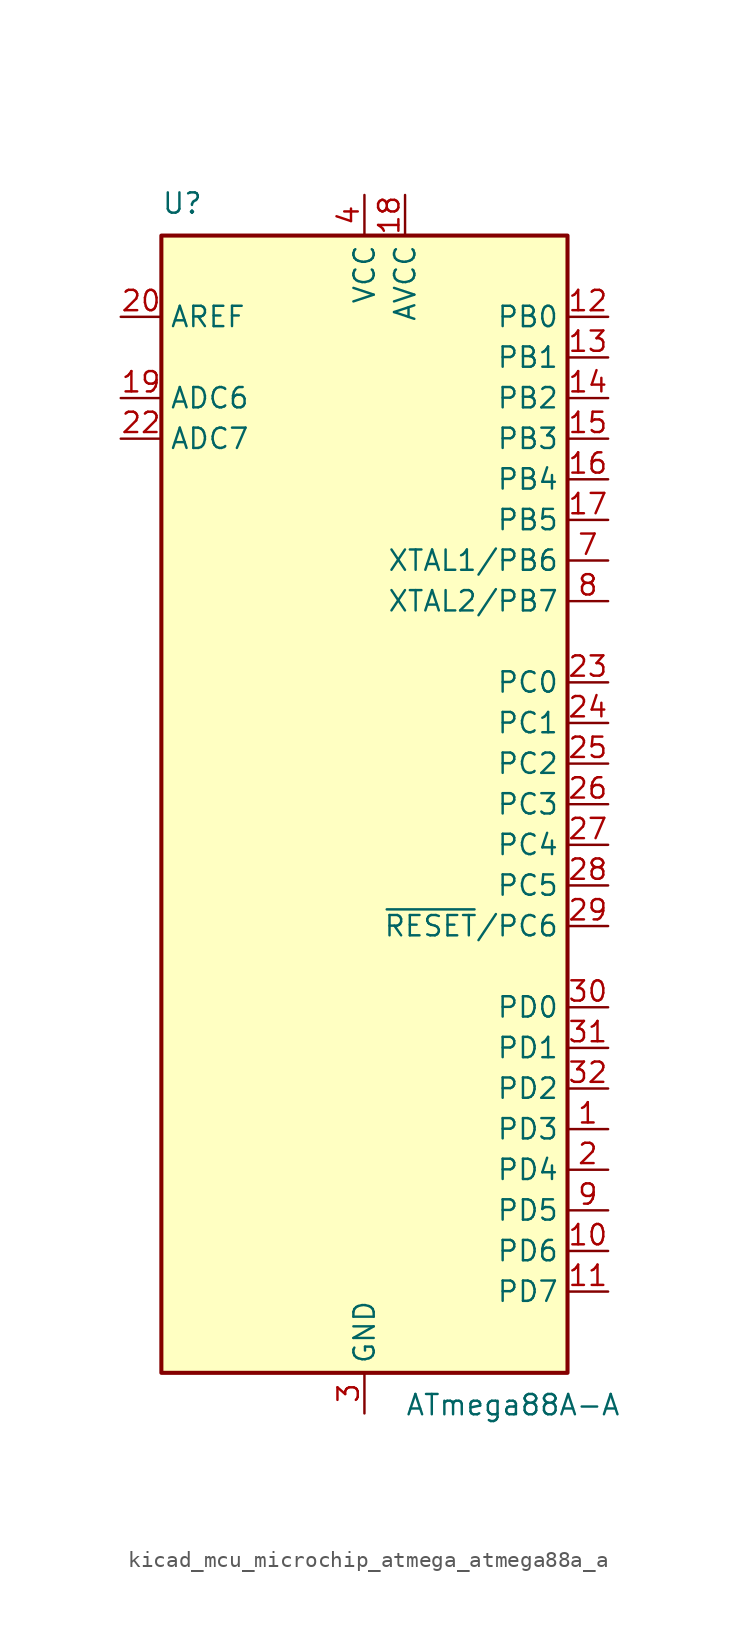
<source format=kicad_sym>
(kicad_symbol_lib
  (version 20220914)
  (generator kicad_symbol_editor)
  (symbol "kicad_mcu_microchip_atmega_atmega88a_a"
    (property "Reference" "U"
      (at -12.7 36.83 0)
      (effects (font (size 1.27 1.27)) (justify left bottom)))
    (property "Value" "ATmega88A-A"
      (at 2.54 -36.83 0)
      (effects (font (size 1.27 1.27)) (justify left top)))
    (symbol "kicad_mcu_microchip_atmega_atmega88a_a_0_1"
      (rectangle (start -12.7 -35.56) (end 12.7 35.56) (stroke (width 0.254) (type default)) (fill (type background))))
    (symbol "kicad_mcu_microchip_atmega_atmega88a_a_1_1"
      (pin bidirectional line (at 15.24 -20.32 180) (length 2.54) (name "PD3" (effects (font (size 1.27 1.27)))) (number "1" (effects (font (size 1.27 1.27)))))
      (pin bidirectional line (at 15.24 -27.94 180) (length 2.54) (name "PD6" (effects (font (size 1.27 1.27)))) (number "10" (effects (font (size 1.27 1.27)))))
      (pin bidirectional line (at 15.24 -30.48 180) (length 2.54) (name "PD7" (effects (font (size 1.27 1.27)))) (number "11" (effects (font (size 1.27 1.27)))))
      (pin bidirectional line (at 15.24 30.48 180) (length 2.54) (name "PB0" (effects (font (size 1.27 1.27)))) (number "12" (effects (font (size 1.27 1.27)))))
      (pin bidirectional line (at 15.24 27.94 180) (length 2.54) (name "PB1" (effects (font (size 1.27 1.27)))) (number "13" (effects (font (size 1.27 1.27)))))
      (pin bidirectional line (at 15.24 25.4 180) (length 2.54) (name "PB2" (effects (font (size 1.27 1.27)))) (number "14" (effects (font (size 1.27 1.27)))))
      (pin bidirectional line (at 15.24 22.86 180) (length 2.54) (name "PB3" (effects (font (size 1.27 1.27)))) (number "15" (effects (font (size 1.27 1.27)))))
      (pin bidirectional line (at 15.24 20.32 180) (length 2.54) (name "PB4" (effects (font (size 1.27 1.27)))) (number "16" (effects (font (size 1.27 1.27)))))
      (pin bidirectional line (at 15.24 17.78 180) (length 2.54) (name "PB5" (effects (font (size 1.27 1.27)))) (number "17" (effects (font (size 1.27 1.27)))))
      (pin power_in line (at 2.54 38.1 270) (length 2.54) (name "AVCC" (effects (font (size 1.27 1.27)))) (number "18" (effects (font (size 1.27 1.27)))))
      (pin input line (at -15.24 25.4 0) (length 2.54) (name "ADC6" (effects (font (size 1.27 1.27)))) (number "19" (effects (font (size 1.27 1.27)))))
      (pin bidirectional line (at 15.24 -22.86 180) (length 2.54) (name "PD4" (effects (font (size 1.27 1.27)))) (number "2" (effects (font (size 1.27 1.27)))))
      (pin passive line (at -15.24 30.48 0) (length 2.54) (name "AREF" (effects (font (size 1.27 1.27)))) (number "20" (effects (font (size 1.27 1.27)))))
      (pin passive line (at 0 -38.1 90) (length 2.54) hide (name "GND" (effects (font (size 1.27 1.27)))) (number "21" (effects (font (size 1.27 1.27)))))
      (pin input line (at -15.24 22.86 0) (length 2.54) (name "ADC7" (effects (font (size 1.27 1.27)))) (number "22" (effects (font (size 1.27 1.27)))))
      (pin bidirectional line (at 15.24 7.62 180) (length 2.54) (name "PC0" (effects (font (size 1.27 1.27)))) (number "23" (effects (font (size 1.27 1.27)))))
      (pin bidirectional line (at 15.24 5.08 180) (length 2.54) (name "PC1" (effects (font (size 1.27 1.27)))) (number "24" (effects (font (size 1.27 1.27)))))
      (pin bidirectional line (at 15.24 2.54 180) (length 2.54) (name "PC2" (effects (font (size 1.27 1.27)))) (number "25" (effects (font (size 1.27 1.27)))))
      (pin bidirectional line (at 15.24 0 180) (length 2.54) (name "PC3" (effects (font (size 1.27 1.27)))) (number "26" (effects (font (size 1.27 1.27)))))
      (pin bidirectional line (at 15.24 -2.54 180) (length 2.54) (name "PC4" (effects (font (size 1.27 1.27)))) (number "27" (effects (font (size 1.27 1.27)))))
      (pin bidirectional line (at 15.24 -5.08 180) (length 2.54) (name "PC5" (effects (font (size 1.27 1.27)))) (number "28" (effects (font (size 1.27 1.27)))))
      (pin bidirectional line (at 15.24 -7.62 180) (length 2.54) (name "~{RESET}/PC6" (effects (font (size 1.27 1.27)))) (number "29" (effects (font (size 1.27 1.27)))))
      (pin power_in line (at 0 -38.1 90) (length 2.54) (name "GND" (effects (font (size 1.27 1.27)))) (number "3" (effects (font (size 1.27 1.27)))))
      (pin bidirectional line (at 15.24 -12.7 180) (length 2.54) (name "PD0" (effects (font (size 1.27 1.27)))) (number "30" (effects (font (size 1.27 1.27)))))
      (pin bidirectional line (at 15.24 -15.24 180) (length 2.54) (name "PD1" (effects (font (size 1.27 1.27)))) (number "31" (effects (font (size 1.27 1.27)))))
      (pin bidirectional line (at 15.24 -17.78 180) (length 2.54) (name "PD2" (effects (font (size 1.27 1.27)))) (number "32" (effects (font (size 1.27 1.27)))))
      (pin power_in line (at 0 38.1 270) (length 2.54) (name "VCC" (effects (font (size 1.27 1.27)))) (number "4" (effects (font (size 1.27 1.27)))))
      (pin passive line (at 0 -38.1 90) (length 2.54) hide (name "GND" (effects (font (size 1.27 1.27)))) (number "5" (effects (font (size 1.27 1.27)))))
      (pin passive line (at 0 38.1 270) (length 2.54) hide (name "VCC" (effects (font (size 1.27 1.27)))) (number "6" (effects (font (size 1.27 1.27)))))
      (pin bidirectional line (at 15.24 15.24 180) (length 2.54) (name "XTAL1/PB6" (effects (font (size 1.27 1.27)))) (number "7" (effects (font (size 1.27 1.27)))))
      (pin bidirectional line (at 15.24 12.7 180) (length 2.54) (name "XTAL2/PB7" (effects (font (size 1.27 1.27)))) (number "8" (effects (font (size 1.27 1.27)))))
      (pin bidirectional line (at 15.24 -25.4 180) (length 2.54) (name "PD5" (effects (font (size 1.27 1.27)))) (number "9" (effects (font (size 1.27 1.27))))))))
</source>
